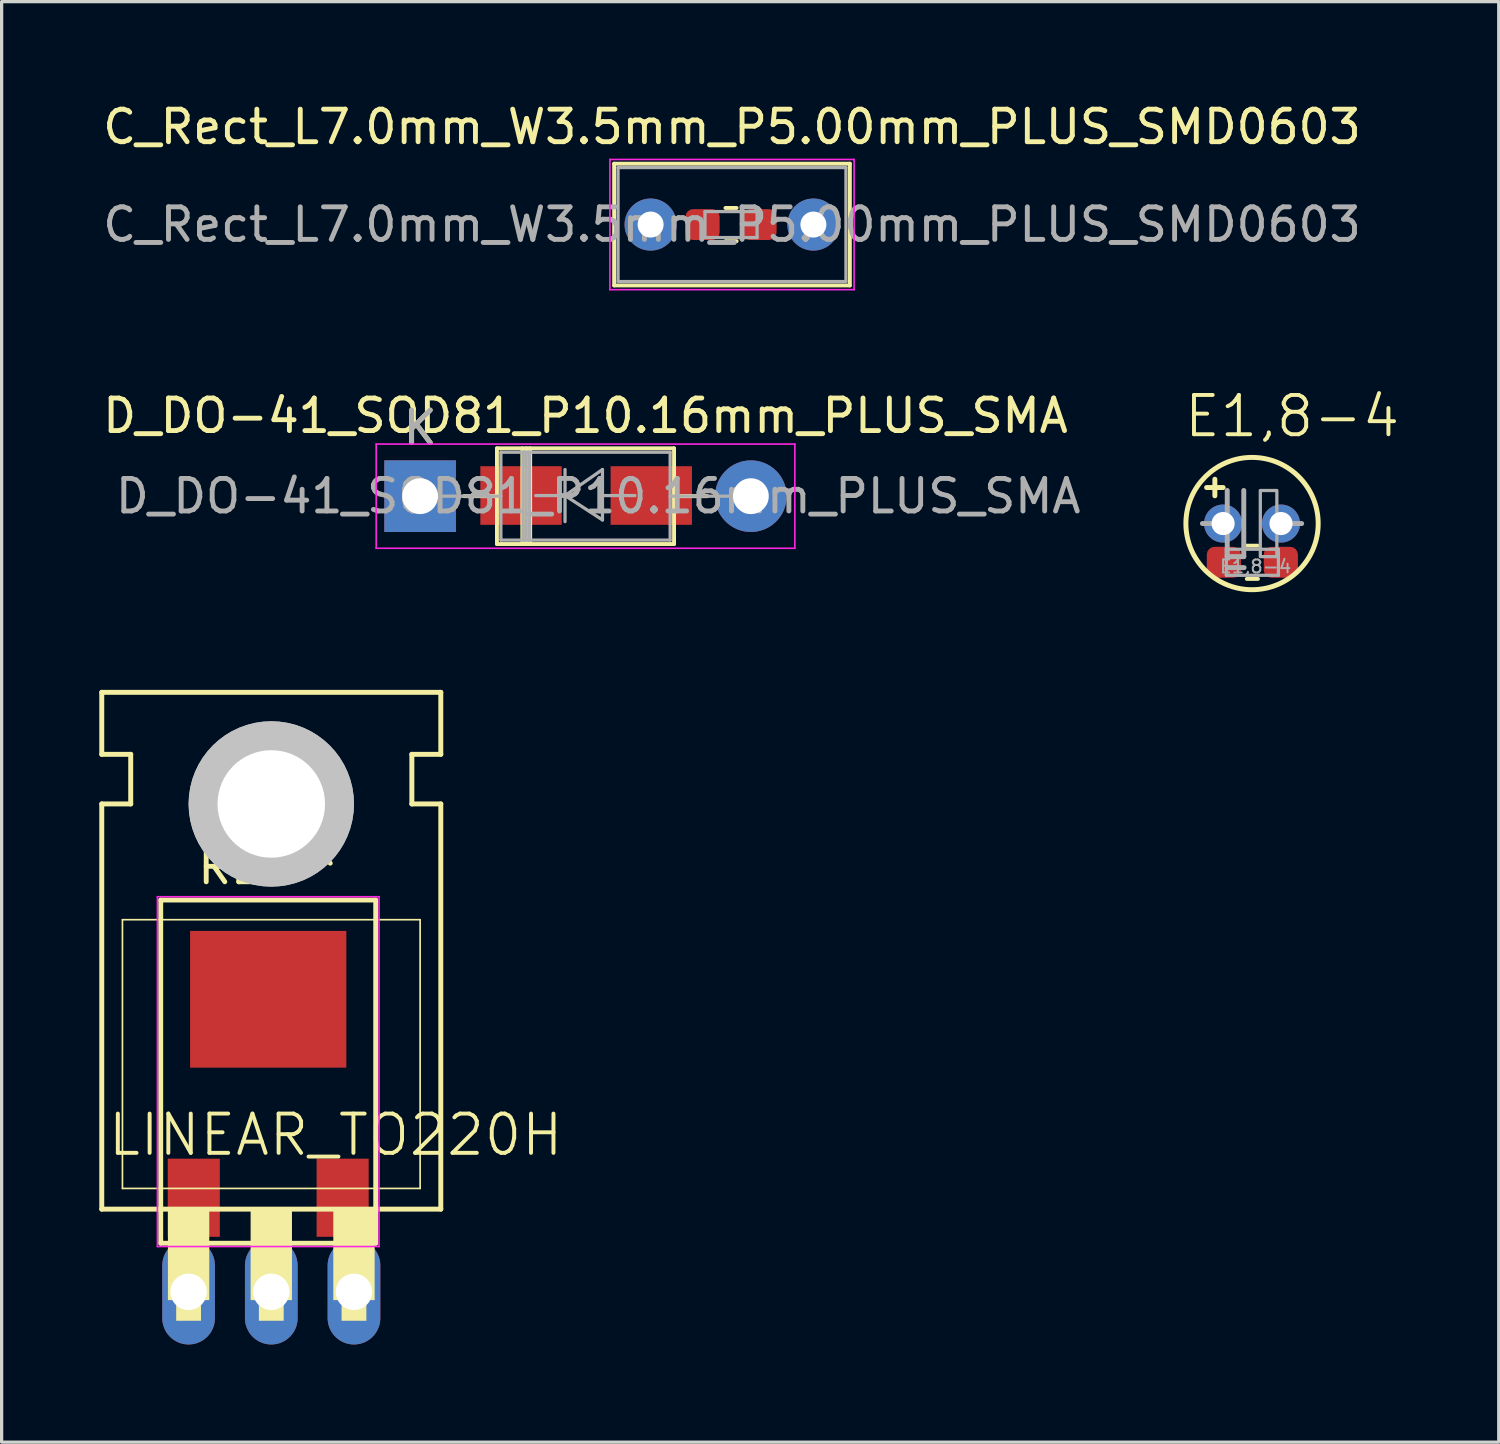
<source format=kicad_pcb>
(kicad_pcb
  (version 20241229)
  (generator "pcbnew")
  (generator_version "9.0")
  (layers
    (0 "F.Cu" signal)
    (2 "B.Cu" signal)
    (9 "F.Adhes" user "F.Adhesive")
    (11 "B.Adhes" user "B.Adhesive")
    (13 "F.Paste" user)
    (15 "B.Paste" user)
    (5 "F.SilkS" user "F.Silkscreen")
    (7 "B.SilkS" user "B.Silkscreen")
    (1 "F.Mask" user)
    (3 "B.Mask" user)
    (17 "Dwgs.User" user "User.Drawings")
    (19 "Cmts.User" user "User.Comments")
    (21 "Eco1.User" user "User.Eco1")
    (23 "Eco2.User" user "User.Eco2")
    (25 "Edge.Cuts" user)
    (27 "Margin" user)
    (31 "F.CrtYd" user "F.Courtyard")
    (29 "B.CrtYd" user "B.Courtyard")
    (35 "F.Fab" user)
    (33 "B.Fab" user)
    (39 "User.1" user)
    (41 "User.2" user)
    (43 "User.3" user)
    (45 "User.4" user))
  (footprint "LINEAR_TO220H"
    (layer "F.Cu")
    (at 5.283 26.471)
    (property "Reference" "LINEAR_TO220H" (at -5.08 6.045 180) (layer "F.SilkS") (effects (font (size 1.206 1.206) (thickness 0.121)) (justify left bottom)))
    (attr through_hole)
    (fp_line (start -5.207 -6.35) (end -5.207 -8.255) (stroke (width 0.152) (type solid)) (layer "F.SilkS"))
    (fp_line (start -5.207 -4.826) (end -4.318 -4.826) (stroke (width 0.152) (type solid)) (layer "F.SilkS"))
    (fp_line (start -5.207 7.62) (end -5.207 -4.826) (stroke (width 0.152) (type solid)) (layer "F.SilkS"))
    (fp_line (start -5.207 7.62) (end 5.207 7.62) (stroke (width 0.152) (type solid)) (layer "F.SilkS"))
    (fp_line (start -4.572 6.985) (end -4.572 -1.27) (stroke (width 0.051) (type solid)) (layer "F.SilkS"))
    (fp_line (start -4.572 6.985) (end 4.572 6.985) (stroke (width 0.051) (type solid)) (layer "F.SilkS"))
    (fp_line (start -4.318 -6.35) (end -5.207 -6.35) (stroke (width 0.152) (type solid)) (layer "F.SilkS"))
    (fp_line (start -4.318 -4.826) (end -4.318 -6.35) (stroke (width 0.152) (type solid)) (layer "F.SilkS"))
    (fp_line (start -3.396 -1.874) (end -3.396 8.667) (stroke (width 0.15) (type solid)) (layer "F.SilkS"))
    (fp_line (start -3.396 -1.874) (end 3.208 -1.874) (stroke (width 0.15) (type solid)) (layer "F.SilkS"))
    (fp_line (start 3.208 8.667) (end -3.396 8.667) (stroke (width 0.15) (type solid)) (layer "F.SilkS"))
    (fp_line (start 3.208 8.667) (end 3.208 -1.874) (stroke (width 0.15) (type solid)) (layer "F.SilkS"))
    (fp_line (start 4.318 -6.35) (end 5.207 -6.35) (stroke (width 0.152) (type solid)) (layer "F.SilkS"))
    (fp_line (start 4.318 -4.826) (end 4.318 -6.35) (stroke (width 0.152) (type solid)) (layer "F.SilkS"))
    (fp_line (start 4.572 -1.27) (end -4.572 -1.27) (stroke (width 0.051) (type solid)) (layer "F.SilkS"))
    (fp_line (start 4.572 -1.27) (end 4.572 6.985) (stroke (width 0.051) (type solid)) (layer "F.SilkS"))
    (fp_line (start 5.207 -8.255) (end -5.207 -8.255) (stroke (width 0.152) (type solid)) (layer "F.SilkS"))
    (fp_line (start 5.207 -6.35) (end 5.207 -8.255) (stroke (width 0.152) (type solid)) (layer "F.SilkS"))
    (fp_line (start 5.207 -4.826) (end 4.318 -4.826) (stroke (width 0.152) (type solid)) (layer "F.SilkS"))
    (fp_line (start 5.207 7.62) (end 5.207 -4.826) (stroke (width 0.152) (type solid)) (layer "F.SilkS"))
    (fp_circle (center 0 -4.826) (end 1.803 -4.826) (stroke (width 0.152) (type solid)) (fill no) (layer "F.SilkS"))
    (fp_poly (pts (xy -3.175 10.414) (xy -1.905 10.414) (xy -1.905 7.62) (xy -3.175 7.62)) (stroke (width 0) (type solid)) (fill yes) (layer "F.SilkS"))
    (fp_poly (pts (xy -2.921 11.049) (xy -2.159 11.049) (xy -2.159 10.414) (xy -2.921 10.414)) (stroke (width 0) (type solid)) (fill yes) (layer "F.SilkS"))
    (fp_poly (pts (xy -0.635 10.414) (xy 0.635 10.414) (xy 0.635 7.62) (xy -0.635 7.62)) (stroke (width 0) (type solid)) (fill yes) (layer "F.SilkS"))
    (fp_poly (pts (xy -0.381 11.049) (xy 0.381 11.049) (xy 0.381 10.414) (xy -0.381 10.414)) (stroke (width 0) (type solid)) (fill yes) (layer "F.SilkS"))
    (fp_poly (pts (xy 1.905 10.414) (xy 3.175 10.414) (xy 3.175 7.62) (xy 1.905 7.62)) (stroke (width 0) (type solid)) (fill yes) (layer "F.SilkS"))
    (fp_poly (pts (xy 2.159 11.049) (xy 2.921 11.049) (xy 2.921 10.414) (xy 2.159 10.414)) (stroke (width 0) (type solid)) (fill yes) (layer "F.SilkS"))
    (fp_circle (center 0 -4.826) (end 1.27 -4.826) (stroke (width 2.54) (type solid)) (fill no) (layer "Dwgs.User"))
    (fp_circle (center 0 -4.826) (end 1.27 -4.826) (stroke (width 2.54) (type solid)) (fill no) (layer "Dwgs.User"))
    (fp_line (start -3.498 -1.976) (end 3.31 -1.976) (stroke (width 0.05) (type solid)) (layer "F.CrtYd"))
    (fp_line (start -3.498 8.769) (end -3.498 -1.976) (stroke (width 0.05) (type solid)) (layer "F.CrtYd"))
    (fp_line (start 3.31 -1.976) (end 3.31 8.769) (stroke (width 0.05) (type solid)) (layer "F.CrtYd"))
    (fp_line (start 3.31 8.769) (end -3.498 8.769) (stroke (width 0.05) (type solid)) (layer "F.CrtYd"))
    (fp_text user "REF**" (at -0.094 -2.89 0) (layer "F.SilkS") (effects (font (size 1 1) (thickness 0.15))))
    (pad "" np_thru_hole circle (at 0 -4.826) (size 3.302 3.302) (drill 3.302) (layers "*.Cu" "*.Mask"))
    (pad "1" thru_hole oval (at -2.54 10.16 90) (size 3.235 1.618) (drill 1.118) (layers "*.Cu" "*.Mask"))
    (pad "1" smd rect (at -2.38 7.27) (size 1.6 2.4) (layers "F.Cu" "F.Mask" "F.Paste"))
    (pad "2" connect rect (at -0.094 1.174) (size 4.8 4.2) (layers "F.Cu" "F.Mask"))
    (pad "2" thru_hole oval (at 0 10.16 90) (size 3.235 1.618) (drill 1.118) (layers "*.Cu" "*.Mask"))
    (pad "3" smd rect (at 2.192 7.27) (size 1.6 2.4) (layers "F.Cu" "F.Mask" "F.Paste"))
    (pad "3" thru_hole oval (at 2.54 10.16 90) (size 3.235 1.618) (drill 1.118) (layers "*.Cu" "*.Mask")))
  (footprint "E1,8-4"
    (layer "F.Cu")
    (at 35.409 13.032)
    (property "Reference" "E1,8-4" (at -2.15 -2.59 180) (layer "F.SilkS") (effects (font (size 1.206 1.206) (thickness 0.121)) (justify left bottom)))
    (attr through_hole)
    (fp_line (start -1.396 -1.107) (end -0.888 -1.107) (stroke (width 0.152) (type solid)) (layer "F.SilkS"))
    (fp_line (start -1.142 -0.853) (end -1.142 -1.361) (stroke (width 0.152) (type solid)) (layer "F.SilkS"))
    (fp_line (start -0.161 0.68) (end 0.181 0.68) (stroke (width 0.12) (type solid)) (layer "F.SilkS"))
    (fp_line (start -0.161 1.7) (end 0.181 1.7) (stroke (width 0.12) (type solid)) (layer "F.SilkS"))
    (fp_circle (center 0 0) (end 2.032 0) (stroke (width 0.152) (type solid)) (fill no) (layer "F.SilkS"))
    (fp_line (start -1.524 0) (end -0.762 0) (stroke (width 0.152) (type solid)) (layer "F.Fab"))
    (fp_line (start -0.79 0.79) (end 0.81 0.79) (stroke (width 0.1) (type solid)) (layer "F.Fab"))
    (fp_line (start -0.79 1.59) (end -0.79 0.79) (stroke (width 0.1) (type solid)) (layer "F.Fab"))
    (fp_line (start -0.762 -1.016) (end -0.762 0) (stroke (width 0.152) (type solid)) (layer "F.Fab"))
    (fp_line (start -0.762 0) (end -0.762 1.016) (stroke (width 0.152) (type solid)) (layer "F.Fab"))
    (fp_line (start -0.762 1.016) (end -0.254 1.016) (stroke (width 0.152) (type solid)) (layer "F.Fab"))
    (fp_line (start -0.254 1.016) (end -0.254 -1.016) (stroke (width 0.152) (type solid)) (layer "F.Fab"))
    (fp_line (start -0.244 1.354) (end -0.752 1.354) (stroke (width 0.152) (type solid)) (layer "F.Fab"))
    (fp_line (start 0.635 0) (end 1.524 0) (stroke (width 0.152) (type solid)) (layer "F.Fab"))
    (fp_line (start 0.81 0.79) (end 0.81 1.59) (stroke (width 0.1) (type solid)) (layer "F.Fab"))
    (fp_line (start 0.81 1.59) (end -0.79 1.59) (stroke (width 0.1) (type solid)) (layer "F.Fab"))
    (fp_poly (pts (xy 0.254 1.016) (xy 0.762 1.016) (xy 0.762 -1.016) (xy 0.254 -1.016)) (stroke (width 0.1) (type solid)) (fill no) (layer "F.Fab"))
    (fp_text user "${REFERENCE}" (at 0.11 1.32 0) (layer "F.Fab") (effects (font (size 0.4 0.4) (thickness 0.06))))
    (pad "1" thru_hole circle (at -0.889 0) (size 1.168 1.168) (drill 0.711) (layers "*.Cu" "*.Mask"))
    (pad "1" smd roundrect (at -0.865 1.19) (size 1.05 0.95) (layers "F.Cu" "F.Mask" "F.Paste") (roundrect_rratio 0.25))
    (pad "2" smd roundrect (at 0.885 1.19) (size 1.05 0.95) (layers "F.Cu" "F.Mask" "F.Paste") (roundrect_rratio 0.25))
    (pad "2" thru_hole circle (at 0.889 0) (size 1.168 1.168) (drill 0.711) (layers "*.Cu" "*.Mask")))
  (footprint "D_DO-41_SOD81_P10.16mm_PLUS_SMA"
    (layer "F.Cu")
    (at 9.855 12.191)
    (property "Reference" "D_DO-41_SOD81_P10.16mm_PLUS_SMA" (at 5.08 -2.47 0) (layer "F.SilkS") (effects (font (size 1 1) (thickness 0.15))))
    (attr through_hole)
    (fp_line (start 1.34 0) (end 2.36 0) (stroke (width 0.12) (type solid)) (layer "F.SilkS"))
    (fp_line (start 2.36 -1.47) (end 2.36 1.47) (stroke (width 0.12) (type solid)) (layer "F.SilkS"))
    (fp_line (start 2.36 1.47) (end 7.8 1.47) (stroke (width 0.12) (type solid)) (layer "F.SilkS"))
    (fp_line (start 3.14 -1.47) (end 3.14 1.47) (stroke (width 0.12) (type solid)) (layer "F.SilkS"))
    (fp_line (start 3.26 -1.47) (end 3.26 1.47) (stroke (width 0.12) (type solid)) (layer "F.SilkS"))
    (fp_line (start 3.38 -1.47) (end 3.38 1.47) (stroke (width 0.12) (type solid)) (layer "F.SilkS"))
    (fp_line (start 7.8 -1.47) (end 2.36 -1.47) (stroke (width 0.12) (type solid)) (layer "F.SilkS"))
    (fp_line (start 7.8 1.47) (end 7.8 -1.47) (stroke (width 0.12) (type solid)) (layer "F.SilkS"))
    (fp_line (start 8.82 0) (end 7.8 0) (stroke (width 0.12) (type solid)) (layer "F.SilkS"))
    (fp_line (start -1.35 -1.6) (end -1.35 1.6) (stroke (width 0.05) (type solid)) (layer "F.CrtYd"))
    (fp_line (start -1.35 1.6) (end 11.51 1.6) (stroke (width 0.05) (type solid)) (layer "F.CrtYd"))
    (fp_line (start 11.51 -1.6) (end -1.35 -1.6) (stroke (width 0.05) (type solid)) (layer "F.CrtYd"))
    (fp_line (start 11.51 1.6) (end 11.51 -1.6) (stroke (width 0.05) (type solid)) (layer "F.CrtYd"))
    (fp_line (start 0 0) (end 2.48 0) (stroke (width 0.1) (type solid)) (layer "F.Fab"))
    (fp_line (start 2.48 -1.35) (end 2.48 1.35) (stroke (width 0.1) (type solid)) (layer "F.Fab"))
    (fp_line (start 2.48 1.35) (end 7.68 1.35) (stroke (width 0.1) (type solid)) (layer "F.Fab"))
    (fp_line (start 3.16 -1.35) (end 3.16 1.35) (stroke (width 0.1) (type solid)) (layer "F.Fab"))
    (fp_line (start 3.26 -1.35) (end 3.26 1.35) (stroke (width 0.1) (type solid)) (layer "F.Fab"))
    (fp_line (start 3.36 -1.35) (end 3.36 1.35) (stroke (width 0.1) (type solid)) (layer "F.Fab"))
    (fp_line (start 4.451 -0.819) (end 4.451 0.781) (stroke (width 0.1) (type solid)) (layer "F.Fab"))
    (fp_line (start 4.451 -0.019) (end 3.549 -0.019) (stroke (width 0.1) (type solid)) (layer "F.Fab"))
    (fp_line (start 4.451 -0.019) (end 5.601 -0.819) (stroke (width 0.1) (type solid)) (layer "F.Fab"))
    (fp_line (start 4.451 -0.019) (end 5.601 0.73) (stroke (width 0.1) (type solid)) (layer "F.Fab"))
    (fp_line (start 5.601 -0.019) (end 6.599 -0.019) (stroke (width 0.1) (type solid)) (layer "F.Fab"))
    (fp_line (start 5.601 0.73) (end 5.601 -0.819) (stroke (width 0.1) (type solid)) (layer "F.Fab"))
    (fp_line (start 7.68 -1.35) (end 2.48 -1.35) (stroke (width 0.1) (type solid)) (layer "F.Fab"))
    (fp_line (start 7.68 1.35) (end 7.68 -1.35) (stroke (width 0.1) (type solid)) (layer "F.Fab"))
    (fp_line (start 10.16 0) (end 7.68 0) (stroke (width 0.1) (type solid)) (layer "F.Fab"))
    (fp_text user "K" (at 0 -2.1 0) (layer "F.SilkS") (effects (font (size 1 1) (thickness 0.15))))
    (fp_text user "K" (at 0 -2.1 0) (layer "F.Fab") (effects (font (size 1 1) (thickness 0.15))))
    (fp_text user "${REFERENCE}" (at 5.47 0 0) (layer "F.Fab") (effects (font (size 1 1) (thickness 0.15))))
    (pad "1" thru_hole rect (at 0 0) (size 2.2 2.2) (drill 1.1) (layers "*.Cu" "*.Mask"))
    (pad "1" smd rect (at 3.1 -0.02) (size 2.5 1.8) (layers "F.Cu" "F.Mask" "F.Paste"))
    (pad "2" smd rect (at 7.1 -0.02) (size 2.5 1.8) (layers "F.Cu" "F.Mask" "F.Paste"))
    (pad "2" thru_hole oval (at 10.16 0) (size 2.2 2.2) (drill 1.1) (layers "*.Cu" "*.Mask")))
  (footprint "C_Rect_L7.0mm_W3.5mm_P5.00mm_PLUS_SMD0603"
    (layer "F.Cu")
    (at 16.935 3.848)
    (property "Reference" "C_Rect_L7.0mm_W3.5mm_P5.00mm_PLUS_SMD0603" (at 2.5 -3 0) (layer "F.SilkS") (effects (font (size 1 1) (thickness 0.15))))
    (attr through_hole)
    (fp_line (start -1.12 -1.87) (end -1.12 1.87) (stroke (width 0.12) (type solid)) (layer "F.SilkS"))
    (fp_line (start -1.12 -1.87) (end 6.12 -1.87) (stroke (width 0.12) (type solid)) (layer "F.SilkS"))
    (fp_line (start -1.12 1.87) (end 6.12 1.87) (stroke (width 0.12) (type solid)) (layer "F.SilkS"))
    (fp_line (start 2.299 -0.51) (end 2.641 -0.51) (stroke (width 0.12) (type solid)) (layer "F.SilkS"))
    (fp_line (start 2.299 0.51) (end 2.641 0.51) (stroke (width 0.12) (type solid)) (layer "F.SilkS"))
    (fp_line (start 6.12 -1.87) (end 6.12 1.87) (stroke (width 0.12) (type solid)) (layer "F.SilkS"))
    (fp_line (start -1.25 -2) (end -1.25 2) (stroke (width 0.05) (type solid)) (layer "F.CrtYd"))
    (fp_line (start -1.25 2) (end 6.25 2) (stroke (width 0.05) (type solid)) (layer "F.CrtYd"))
    (fp_line (start 6.25 -2) (end -1.25 -2) (stroke (width 0.05) (type solid)) (layer "F.CrtYd"))
    (fp_line (start 6.25 2) (end 6.25 -2) (stroke (width 0.05) (type solid)) (layer "F.CrtYd"))
    (fp_line (start -1 -1.75) (end -1 1.75) (stroke (width 0.1) (type solid)) (layer "F.Fab"))
    (fp_line (start -1 1.75) (end 6 1.75) (stroke (width 0.1) (type solid)) (layer "F.Fab"))
    (fp_line (start 1.67 -0.4) (end 3.27 -0.4) (stroke (width 0.1) (type solid)) (layer "F.Fab"))
    (fp_line (start 1.67 0.4) (end 1.67 -0.4) (stroke (width 0.1) (type solid)) (layer "F.Fab"))
    (fp_line (start 3.27 -0.4) (end 3.27 0.4) (stroke (width 0.1) (type solid)) (layer "F.Fab"))
    (fp_line (start 3.27 0.4) (end 1.67 0.4) (stroke (width 0.1) (type solid)) (layer "F.Fab"))
    (fp_line (start 6 -1.75) (end -1 -1.75) (stroke (width 0.1) (type solid)) (layer "F.Fab"))
    (fp_line (start 6 1.75) (end 6 -1.75) (stroke (width 0.1) (type solid)) (layer "F.Fab"))
    (fp_text user "${REFERENCE}" (at 2.5 0 0) (layer "F.Fab") (effects (font (size 1 1) (thickness 0.15))))
    (pad "1" thru_hole circle (at 0 0) (size 1.6 1.6) (drill 0.8) (layers "*.Cu" "*.Mask"))
    (pad "1" smd roundrect (at 1.595 0) (size 1.05 0.95) (layers "F.Cu" "F.Mask" "F.Paste") (roundrect_rratio 0.25))
    (pad "2" smd roundrect (at 3.345 0) (size 1.05 0.95) (layers "F.Cu" "F.Mask" "F.Paste") (roundrect_rratio 0.25))
    (pad "2" thru_hole circle (at 5 0) (size 1.6 1.6) (drill 0.8) (layers "*.Cu" "*.Mask")))
  (gr_rect
    (start -3 -3)
    (end 42.987 41.249)
    (stroke (width 0.1) (type default))
    (fill no)
    (layer "Edge.Cuts")))
</source>
